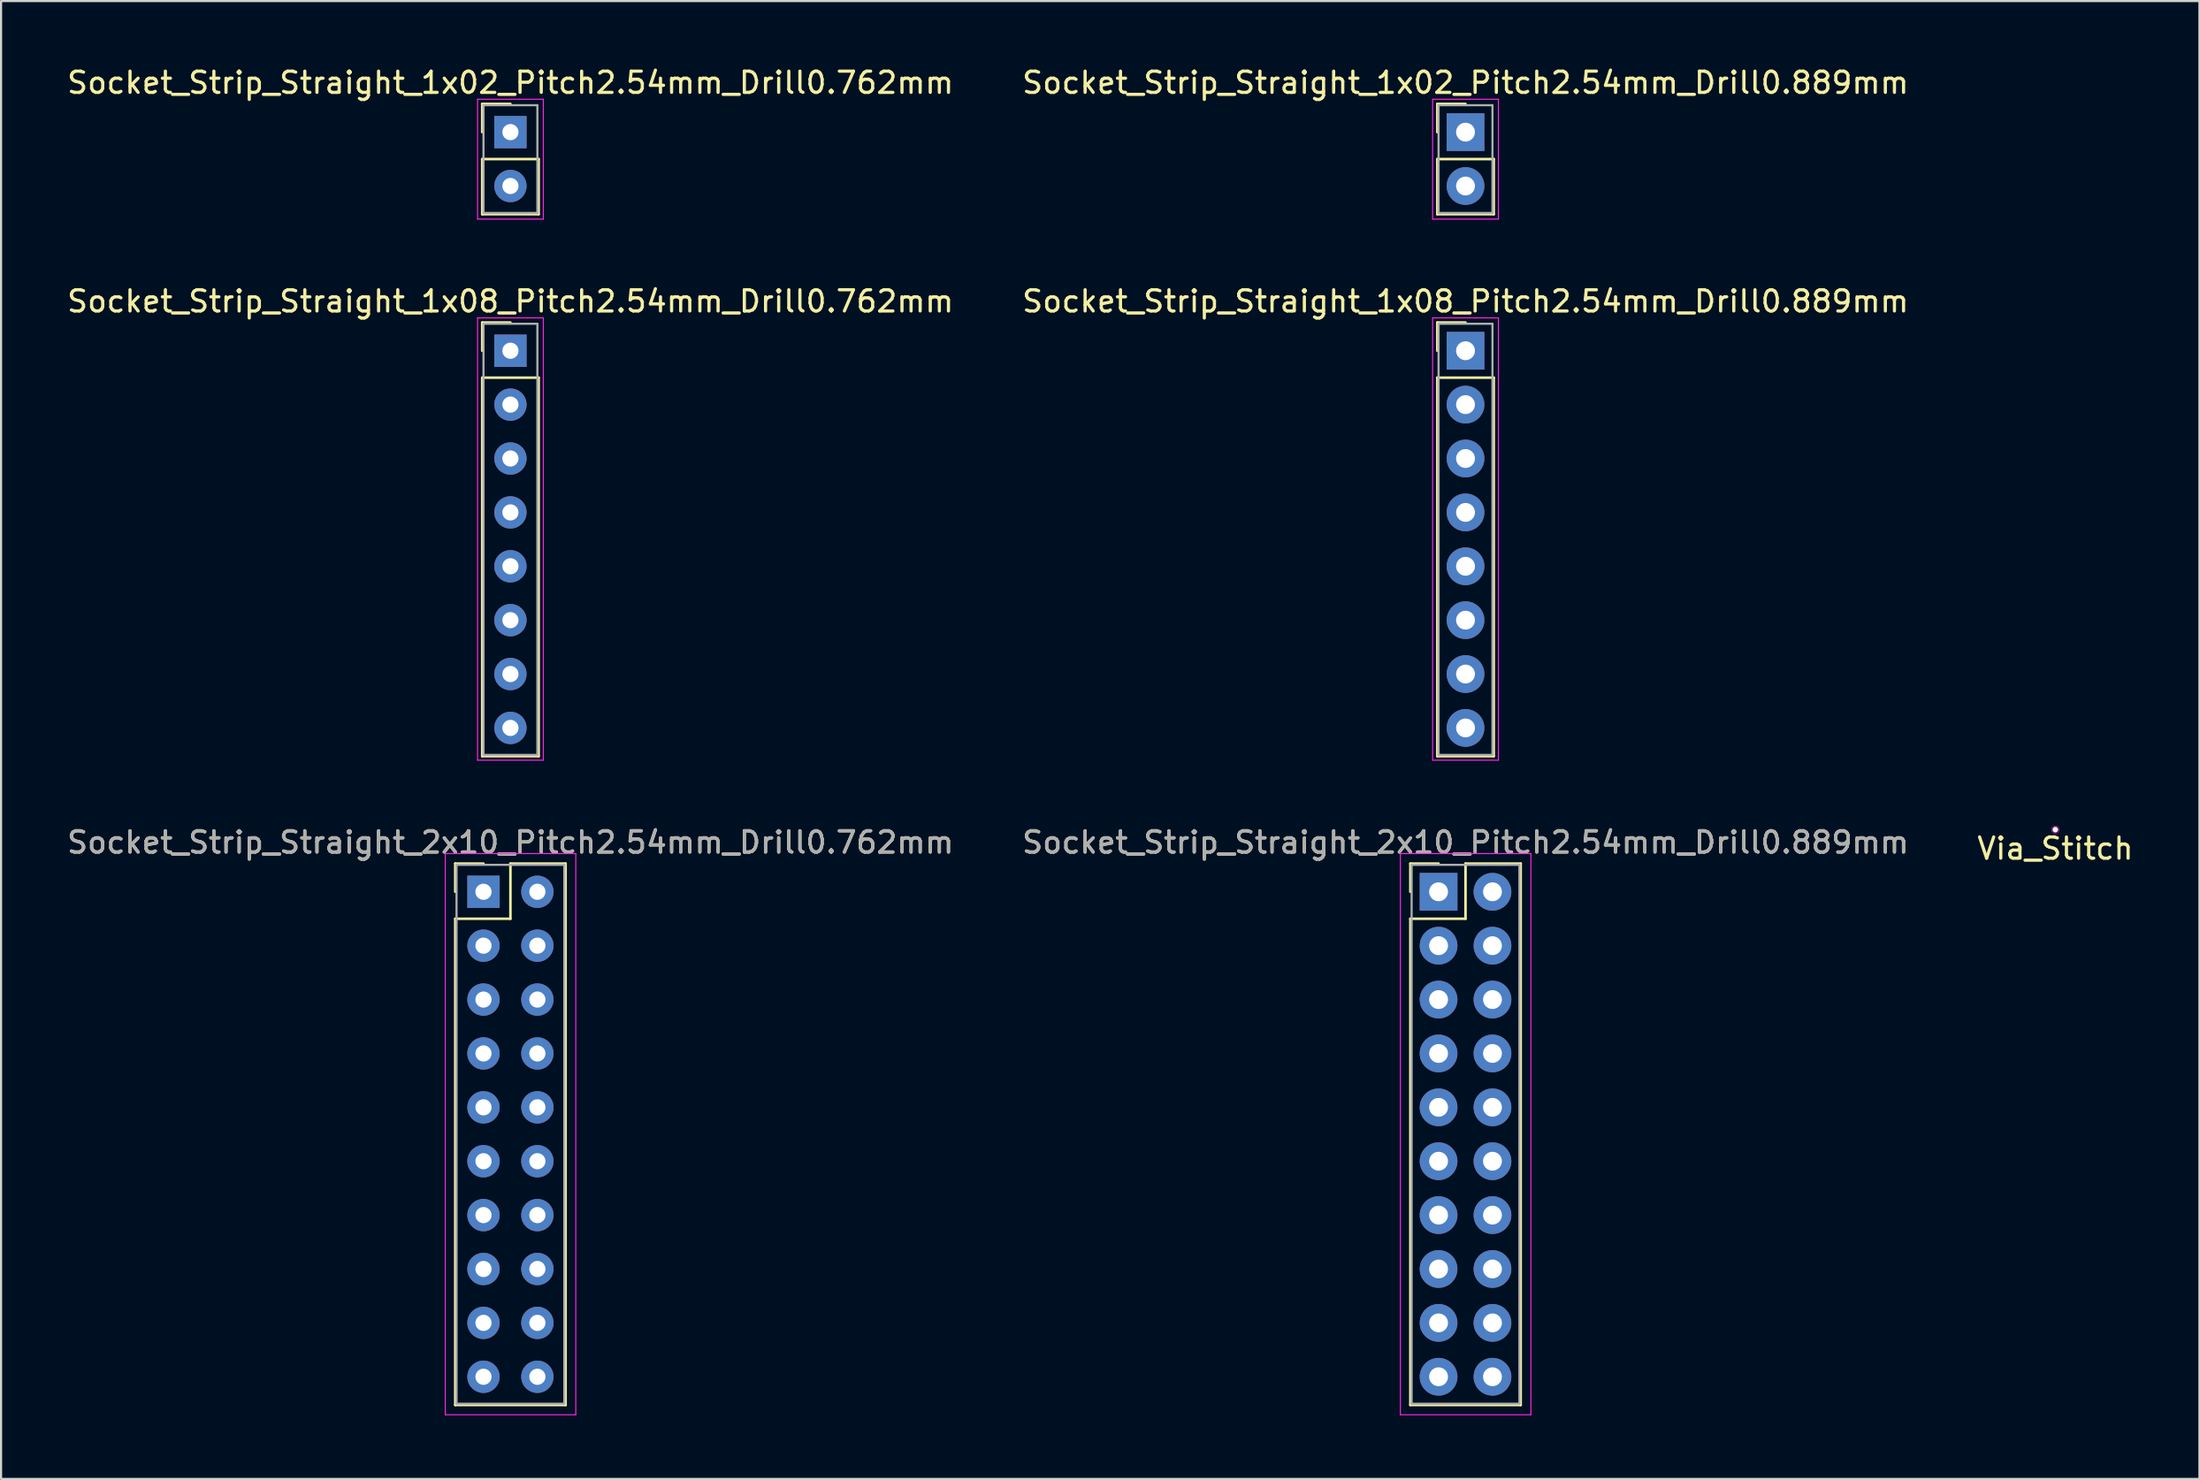
<source format=kicad_pcb>
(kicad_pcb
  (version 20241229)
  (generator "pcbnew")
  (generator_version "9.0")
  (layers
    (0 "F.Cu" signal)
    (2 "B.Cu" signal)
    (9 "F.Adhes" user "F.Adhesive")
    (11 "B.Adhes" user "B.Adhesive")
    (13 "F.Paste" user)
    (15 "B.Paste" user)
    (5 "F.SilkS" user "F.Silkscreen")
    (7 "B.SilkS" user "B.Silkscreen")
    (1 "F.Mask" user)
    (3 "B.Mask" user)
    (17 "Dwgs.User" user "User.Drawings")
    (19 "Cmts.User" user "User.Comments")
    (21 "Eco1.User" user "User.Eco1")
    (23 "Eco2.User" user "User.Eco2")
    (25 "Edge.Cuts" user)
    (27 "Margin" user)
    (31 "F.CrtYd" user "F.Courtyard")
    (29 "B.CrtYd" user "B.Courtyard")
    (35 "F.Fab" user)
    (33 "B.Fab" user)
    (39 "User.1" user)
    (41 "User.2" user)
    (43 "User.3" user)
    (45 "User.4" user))
  (footprint "Via_Stitch"
    (layer "F.Cu")
    (at 93.815 36.056)
    (property "Reference" "Via_Stitch" (at 0 0.889 0) (layer "F.SilkS") (effects (font (size 1 1) (thickness 0.15))))
    (attr through_hole)
    (pad "1" thru_hole circle (at 0 0) (size 0.356 0.356) (drill 0.254) (layers "*.Cu" "F.Adhes")))
  (footprint "Socket_Strip_Straight_1x08_Pitch2.54mm_Drill0.889mm"
    (layer "F.Cu")
    (at 66.018 13.482)
    (property "Reference" "Socket_Strip_Straight_1x08_Pitch2.54mm_Drill0.889mm" (at 0 -2.33 0) (layer "F.SilkS") (effects (font (size 1 1) (thickness 0.15))))
    (attr through_hole)
    (fp_line (start -1.33 -1.33) (end 0 -1.33) (stroke (width 0.12) (type solid)) (layer "F.SilkS"))
    (fp_line (start -1.33 0) (end -1.33 -1.33) (stroke (width 0.12) (type solid)) (layer "F.SilkS"))
    (fp_line (start -1.33 1.27) (end -1.33 19.11) (stroke (width 0.12) (type solid)) (layer "F.SilkS"))
    (fp_line (start -1.33 19.11) (end 1.33 19.11) (stroke (width 0.12) (type solid)) (layer "F.SilkS"))
    (fp_line (start 1.33 1.27) (end -1.33 1.27) (stroke (width 0.12) (type solid)) (layer "F.SilkS"))
    (fp_line (start 1.33 19.11) (end 1.33 1.27) (stroke (width 0.12) (type solid)) (layer "F.SilkS"))
    (fp_line (start -1.55 -1.55) (end -1.55 19.3) (stroke (width 0.05) (type solid)) (layer "F.CrtYd"))
    (fp_line (start -1.55 19.3) (end 1.55 19.3) (stroke (width 0.05) (type solid)) (layer "F.CrtYd"))
    (fp_line (start 1.55 -1.55) (end -1.55 -1.55) (stroke (width 0.05) (type solid)) (layer "F.CrtYd"))
    (fp_line (start 1.55 19.3) (end 1.55 -1.55) (stroke (width 0.05) (type solid)) (layer "F.CrtYd"))
    (fp_line (start -1.27 -1.27) (end -1.27 19.05) (stroke (width 0.1) (type solid)) (layer "F.Fab"))
    (fp_line (start -1.27 19.05) (end 1.27 19.05) (stroke (width 0.1) (type solid)) (layer "F.Fab"))
    (fp_line (start 1.27 -1.27) (end -1.27 -1.27) (stroke (width 0.1) (type solid)) (layer "F.Fab"))
    (fp_line (start 1.27 19.05) (end 1.27 -1.27) (stroke (width 0.1) (type solid)) (layer "F.Fab"))
    (pad "1" thru_hole rect (at 0 0) (size 1.778 1.778) (drill 0.889) (layers "*.Cu" "*.Mask"))
    (pad "2" thru_hole circle (at 0 2.54) (size 1.778 1.778) (drill 0.889) (layers "*.Cu" "*.Mask"))
    (pad "3" thru_hole circle (at 0 5.08) (size 1.778 1.778) (drill 0.889) (layers "*.Cu" "*.Mask"))
    (pad "4" thru_hole circle (at 0 7.62) (size 1.778 1.778) (drill 0.889) (layers "*.Cu" "*.Mask"))
    (pad "5" thru_hole circle (at 0 10.16) (size 1.778 1.778) (drill 0.889) (layers "*.Cu" "*.Mask"))
    (pad "6" thru_hole circle (at 0 12.7) (size 1.778 1.778) (drill 0.889) (layers "*.Cu" "*.Mask"))
    (pad "7" thru_hole circle (at 0 15.24) (size 1.778 1.778) (drill 0.889) (layers "*.Cu" "*.Mask"))
    (pad "8" thru_hole circle (at 0 17.78) (size 1.778 1.778) (drill 0.889) (layers "*.Cu" "*.Mask")))
  (footprint "Socket_Strip_Straight_1x02_Pitch2.54mm_Drill0.762mm"
    (layer "F.Cu")
    (at 21.006 3.178)
    (property "Reference" "Socket_Strip_Straight_1x02_Pitch2.54mm_Drill0.762mm" (at 0 -2.33 0) (layer "F.SilkS") (effects (font (size 1 1) (thickness 0.15))))
    (attr through_hole)
    (fp_line (start -1.33 -1.33) (end 0 -1.33) (stroke (width 0.12) (type solid)) (layer "F.SilkS"))
    (fp_line (start -1.33 0) (end -1.33 -1.33) (stroke (width 0.12) (type solid)) (layer "F.SilkS"))
    (fp_line (start -1.33 1.27) (end -1.33 3.87) (stroke (width 0.12) (type solid)) (layer "F.SilkS"))
    (fp_line (start -1.33 3.87) (end 1.33 3.87) (stroke (width 0.12) (type solid)) (layer "F.SilkS"))
    (fp_line (start 1.33 1.27) (end -1.33 1.27) (stroke (width 0.12) (type solid)) (layer "F.SilkS"))
    (fp_line (start 1.33 3.87) (end 1.33 1.27) (stroke (width 0.12) (type solid)) (layer "F.SilkS"))
    (fp_line (start -1.55 -1.55) (end -1.55 4.1) (stroke (width 0.05) (type solid)) (layer "F.CrtYd"))
    (fp_line (start -1.55 4.1) (end 1.55 4.1) (stroke (width 0.05) (type solid)) (layer "F.CrtYd"))
    (fp_line (start 1.55 -1.55) (end -1.55 -1.55) (stroke (width 0.05) (type solid)) (layer "F.CrtYd"))
    (fp_line (start 1.55 4.1) (end 1.55 -1.55) (stroke (width 0.05) (type solid)) (layer "F.CrtYd"))
    (fp_line (start -1.27 -1.27) (end -1.27 3.81) (stroke (width 0.1) (type solid)) (layer "F.Fab"))
    (fp_line (start -1.27 3.81) (end 1.27 3.81) (stroke (width 0.1) (type solid)) (layer "F.Fab"))
    (fp_line (start 1.27 -1.27) (end -1.27 -1.27) (stroke (width 0.1) (type solid)) (layer "F.Fab"))
    (fp_line (start 1.27 3.81) (end 1.27 -1.27) (stroke (width 0.1) (type solid)) (layer "F.Fab"))
    (pad "1" thru_hole rect (at 0 0) (size 1.524 1.524) (drill 0.762) (layers "*.Cu" "*.Mask"))
    (pad "2" thru_hole circle (at 0 2.54) (size 1.524 1.524) (drill 0.762) (layers "*.Cu" "*.Mask")))
  (footprint "Socket_Strip_Straight_1x02_Pitch2.54mm_Drill0.889mm"
    (layer "F.Cu")
    (at 66.018 3.178)
    (property "Reference" "Socket_Strip_Straight_1x02_Pitch2.54mm_Drill0.889mm" (at 0 -2.33 0) (layer "F.SilkS") (effects (font (size 1 1) (thickness 0.15))))
    (attr through_hole)
    (fp_line (start -1.33 -1.33) (end 0 -1.33) (stroke (width 0.12) (type solid)) (layer "F.SilkS"))
    (fp_line (start -1.33 0) (end -1.33 -1.33) (stroke (width 0.12) (type solid)) (layer "F.SilkS"))
    (fp_line (start -1.33 1.27) (end -1.33 3.87) (stroke (width 0.12) (type solid)) (layer "F.SilkS"))
    (fp_line (start -1.33 3.87) (end 1.33 3.87) (stroke (width 0.12) (type solid)) (layer "F.SilkS"))
    (fp_line (start 1.33 1.27) (end -1.33 1.27) (stroke (width 0.12) (type solid)) (layer "F.SilkS"))
    (fp_line (start 1.33 3.87) (end 1.33 1.27) (stroke (width 0.12) (type solid)) (layer "F.SilkS"))
    (fp_line (start -1.55 -1.55) (end -1.55 4.1) (stroke (width 0.05) (type solid)) (layer "F.CrtYd"))
    (fp_line (start -1.55 4.1) (end 1.55 4.1) (stroke (width 0.05) (type solid)) (layer "F.CrtYd"))
    (fp_line (start 1.55 -1.55) (end -1.55 -1.55) (stroke (width 0.05) (type solid)) (layer "F.CrtYd"))
    (fp_line (start 1.55 4.1) (end 1.55 -1.55) (stroke (width 0.05) (type solid)) (layer "F.CrtYd"))
    (fp_line (start -1.27 -1.27) (end -1.27 3.81) (stroke (width 0.1) (type solid)) (layer "F.Fab"))
    (fp_line (start -1.27 3.81) (end 1.27 3.81) (stroke (width 0.1) (type solid)) (layer "F.Fab"))
    (fp_line (start 1.27 -1.27) (end -1.27 -1.27) (stroke (width 0.1) (type solid)) (layer "F.Fab"))
    (fp_line (start 1.27 3.81) (end 1.27 -1.27) (stroke (width 0.1) (type solid)) (layer "F.Fab"))
    (pad "1" thru_hole rect (at 0 0) (size 1.778 1.778) (drill 0.889) (layers "*.Cu" "*.Mask"))
    (pad "2" thru_hole circle (at 0 2.54) (size 1.778 1.778) (drill 0.889) (layers "*.Cu" "*.Mask")))
  (footprint "Socket_Strip_Straight_2x10_Pitch2.54mm_Drill0.762mm"
    (layer "F.Cu")
    (at 19.736 38.985)
    (property "Reference" "Socket_Strip_Straight_2x10_Pitch2.54mm_Drill0.762mm" (at 1.27 -2.33 0) (layer "F.SilkS") (effects (font (size 1 1) (thickness 0.15))))
    (attr through_hole)
    (fp_line (start -1.33 -1.33) (end 0 -1.33) (stroke (width 0.12) (type solid)) (layer "F.SilkS"))
    (fp_line (start -1.33 0) (end -1.33 -1.33) (stroke (width 0.12) (type solid)) (layer "F.SilkS"))
    (fp_line (start -1.33 1.27) (end -1.33 24.19) (stroke (width 0.12) (type solid)) (layer "F.SilkS"))
    (fp_line (start -1.33 24.19) (end 3.87 24.19) (stroke (width 0.12) (type solid)) (layer "F.SilkS"))
    (fp_line (start 1.27 -1.33) (end 1.27 1.27) (stroke (width 0.12) (type solid)) (layer "F.SilkS"))
    (fp_line (start 1.27 1.27) (end -1.33 1.27) (stroke (width 0.12) (type solid)) (layer "F.SilkS"))
    (fp_line (start 3.87 -1.33) (end 1.27 -1.33) (stroke (width 0.12) (type solid)) (layer "F.SilkS"))
    (fp_line (start 3.87 24.19) (end 3.87 -1.33) (stroke (width 0.12) (type solid)) (layer "F.SilkS"))
    (fp_line (start -1.8 -1.8) (end -1.8 24.65) (stroke (width 0.05) (type solid)) (layer "F.CrtYd"))
    (fp_line (start -1.8 24.65) (end 4.35 24.65) (stroke (width 0.05) (type solid)) (layer "F.CrtYd"))
    (fp_line (start 4.35 -1.8) (end -1.8 -1.8) (stroke (width 0.05) (type solid)) (layer "F.CrtYd"))
    (fp_line (start 4.35 24.65) (end 4.35 -1.8) (stroke (width 0.05) (type solid)) (layer "F.CrtYd"))
    (fp_line (start -1.27 -1.27) (end -1.27 24.13) (stroke (width 0.1) (type solid)) (layer "F.Fab"))
    (fp_line (start -1.27 24.13) (end 3.81 24.13) (stroke (width 0.1) (type solid)) (layer "F.Fab"))
    (fp_line (start 3.81 -1.27) (end -1.27 -1.27) (stroke (width 0.1) (type solid)) (layer "F.Fab"))
    (fp_line (start 3.81 24.13) (end 3.81 -1.27) (stroke (width 0.1) (type solid)) (layer "F.Fab"))
    (fp_text user "${REFERENCE}" (at 1.27 -2.33 0) (layer "F.Fab") (effects (font (size 1 1) (thickness 0.15))))
    (pad "1" thru_hole rect (at 0 0) (size 1.524 1.524) (drill 0.762) (layers "*.Cu" "*.Mask"))
    (pad "2" thru_hole circle (at 2.54 0) (size 1.524 1.524) (drill 0.762) (layers "*.Cu" "*.Mask"))
    (pad "3" thru_hole circle (at 0 2.54) (size 1.524 1.524) (drill 0.762) (layers "*.Cu" "*.Mask"))
    (pad "4" thru_hole circle (at 2.54 2.54) (size 1.524 1.524) (drill 0.762) (layers "*.Cu" "*.Mask"))
    (pad "5" thru_hole circle (at 0 5.08) (size 1.524 1.524) (drill 0.762) (layers "*.Cu" "*.Mask"))
    (pad "6" thru_hole circle (at 2.54 5.08) (size 1.524 1.524) (drill 0.762) (layers "*.Cu" "*.Mask"))
    (pad "7" thru_hole circle (at 0 7.62) (size 1.524 1.524) (drill 0.762) (layers "*.Cu" "*.Mask"))
    (pad "8" thru_hole circle (at 2.54 7.62) (size 1.524 1.524) (drill 0.762) (layers "*.Cu" "*.Mask"))
    (pad "9" thru_hole circle (at 0 10.16) (size 1.524 1.524) (drill 0.762) (layers "*.Cu" "*.Mask"))
    (pad "10" thru_hole circle (at 2.54 10.16) (size 1.524 1.524) (drill 0.762) (layers "*.Cu" "*.Mask"))
    (pad "11" thru_hole circle (at 0 12.7) (size 1.524 1.524) (drill 0.762) (layers "*.Cu" "*.Mask"))
    (pad "12" thru_hole circle (at 2.54 12.7) (size 1.524 1.524) (drill 0.762) (layers "*.Cu" "*.Mask"))
    (pad "13" thru_hole circle (at 0 15.24) (size 1.524 1.524) (drill 0.762) (layers "*.Cu" "*.Mask"))
    (pad "14" thru_hole circle (at 2.54 15.24) (size 1.524 1.524) (drill 0.762) (layers "*.Cu" "*.Mask"))
    (pad "15" thru_hole circle (at 0 17.78) (size 1.524 1.524) (drill 0.762) (layers "*.Cu" "*.Mask"))
    (pad "16" thru_hole circle (at 2.54 17.78) (size 1.524 1.524) (drill 0.762) (layers "*.Cu" "*.Mask"))
    (pad "17" thru_hole circle (at 0 20.32) (size 1.524 1.524) (drill 0.762) (layers "*.Cu" "*.Mask"))
    (pad "18" thru_hole circle (at 2.54 20.32) (size 1.524 1.524) (drill 0.762) (layers "*.Cu" "*.Mask"))
    (pad "19" thru_hole circle (at 0 22.86) (size 1.524 1.524) (drill 0.762) (layers "*.Cu" "*.Mask"))
    (pad "20" thru_hole circle (at 2.54 22.86) (size 1.524 1.524) (drill 0.762) (layers "*.Cu" "*.Mask")))
  (footprint "Socket_Strip_Straight_1x08_Pitch2.54mm_Drill0.762mm"
    (layer "F.Cu")
    (at 21.006 13.482)
    (property "Reference" "Socket_Strip_Straight_1x08_Pitch2.54mm_Drill0.762mm" (at 0 -2.33 0) (layer "F.SilkS") (effects (font (size 1 1) (thickness 0.15))))
    (attr through_hole)
    (fp_line (start -1.33 -1.33) (end 0 -1.33) (stroke (width 0.12) (type solid)) (layer "F.SilkS"))
    (fp_line (start -1.33 0) (end -1.33 -1.33) (stroke (width 0.12) (type solid)) (layer "F.SilkS"))
    (fp_line (start -1.33 1.27) (end -1.33 19.11) (stroke (width 0.12) (type solid)) (layer "F.SilkS"))
    (fp_line (start -1.33 19.11) (end 1.33 19.11) (stroke (width 0.12) (type solid)) (layer "F.SilkS"))
    (fp_line (start 1.33 1.27) (end -1.33 1.27) (stroke (width 0.12) (type solid)) (layer "F.SilkS"))
    (fp_line (start 1.33 19.11) (end 1.33 1.27) (stroke (width 0.12) (type solid)) (layer "F.SilkS"))
    (fp_line (start -1.55 -1.55) (end -1.55 19.3) (stroke (width 0.05) (type solid)) (layer "F.CrtYd"))
    (fp_line (start -1.55 19.3) (end 1.55 19.3) (stroke (width 0.05) (type solid)) (layer "F.CrtYd"))
    (fp_line (start 1.55 -1.55) (end -1.55 -1.55) (stroke (width 0.05) (type solid)) (layer "F.CrtYd"))
    (fp_line (start 1.55 19.3) (end 1.55 -1.55) (stroke (width 0.05) (type solid)) (layer "F.CrtYd"))
    (fp_line (start -1.27 -1.27) (end -1.27 19.05) (stroke (width 0.1) (type solid)) (layer "F.Fab"))
    (fp_line (start -1.27 19.05) (end 1.27 19.05) (stroke (width 0.1) (type solid)) (layer "F.Fab"))
    (fp_line (start 1.27 -1.27) (end -1.27 -1.27) (stroke (width 0.1) (type solid)) (layer "F.Fab"))
    (fp_line (start 1.27 19.05) (end 1.27 -1.27) (stroke (width 0.1) (type solid)) (layer "F.Fab"))
    (pad "1" thru_hole rect (at 0 0) (size 1.524 1.524) (drill 0.762) (layers "*.Cu" "*.Mask"))
    (pad "2" thru_hole circle (at 0 2.54) (size 1.524 1.524) (drill 0.762) (layers "*.Cu" "*.Mask"))
    (pad "3" thru_hole circle (at 0 5.08) (size 1.524 1.524) (drill 0.762) (layers "*.Cu" "*.Mask"))
    (pad "4" thru_hole circle (at 0 7.62) (size 1.524 1.524) (drill 0.762) (layers "*.Cu" "*.Mask"))
    (pad "5" thru_hole circle (at 0 10.16) (size 1.524 1.524) (drill 0.762) (layers "*.Cu" "*.Mask"))
    (pad "6" thru_hole circle (at 0 12.7) (size 1.524 1.524) (drill 0.762) (layers "*.Cu" "*.Mask"))
    (pad "7" thru_hole circle (at 0 15.24) (size 1.524 1.524) (drill 0.762) (layers "*.Cu" "*.Mask"))
    (pad "8" thru_hole circle (at 0 17.78) (size 1.524 1.524) (drill 0.762) (layers "*.Cu" "*.Mask")))
  (footprint "Socket_Strip_Straight_2x10_Pitch2.54mm_Drill0.889mm"
    (layer "F.Cu")
    (at 64.748 38.985)
    (property "Reference" "Socket_Strip_Straight_2x10_Pitch2.54mm_Drill0.889mm" (at 1.27 -2.33 0) (layer "F.SilkS") (effects (font (size 1 1) (thickness 0.15))))
    (attr through_hole)
    (fp_line (start -1.33 -1.33) (end 0 -1.33) (stroke (width 0.12) (type solid)) (layer "F.SilkS"))
    (fp_line (start -1.33 0) (end -1.33 -1.33) (stroke (width 0.12) (type solid)) (layer "F.SilkS"))
    (fp_line (start -1.33 1.27) (end -1.33 24.19) (stroke (width 0.12) (type solid)) (layer "F.SilkS"))
    (fp_line (start -1.33 24.19) (end 3.87 24.19) (stroke (width 0.12) (type solid)) (layer "F.SilkS"))
    (fp_line (start 1.27 -1.33) (end 1.27 1.27) (stroke (width 0.12) (type solid)) (layer "F.SilkS"))
    (fp_line (start 1.27 1.27) (end -1.33 1.27) (stroke (width 0.12) (type solid)) (layer "F.SilkS"))
    (fp_line (start 3.87 -1.33) (end 1.27 -1.33) (stroke (width 0.12) (type solid)) (layer "F.SilkS"))
    (fp_line (start 3.87 24.19) (end 3.87 -1.33) (stroke (width 0.12) (type solid)) (layer "F.SilkS"))
    (fp_line (start -1.8 -1.8) (end -1.8 24.65) (stroke (width 0.05) (type solid)) (layer "F.CrtYd"))
    (fp_line (start -1.8 24.65) (end 4.35 24.65) (stroke (width 0.05) (type solid)) (layer "F.CrtYd"))
    (fp_line (start 4.35 -1.8) (end -1.8 -1.8) (stroke (width 0.05) (type solid)) (layer "F.CrtYd"))
    (fp_line (start 4.35 24.65) (end 4.35 -1.8) (stroke (width 0.05) (type solid)) (layer "F.CrtYd"))
    (fp_line (start -1.27 -1.27) (end -1.27 24.13) (stroke (width 0.1) (type solid)) (layer "F.Fab"))
    (fp_line (start -1.27 24.13) (end 3.81 24.13) (stroke (width 0.1) (type solid)) (layer "F.Fab"))
    (fp_line (start 3.81 -1.27) (end -1.27 -1.27) (stroke (width 0.1) (type solid)) (layer "F.Fab"))
    (fp_line (start 3.81 24.13) (end 3.81 -1.27) (stroke (width 0.1) (type solid)) (layer "F.Fab"))
    (fp_text user "${REFERENCE}" (at 1.27 -2.33 0) (layer "F.Fab") (effects (font (size 1 1) (thickness 0.15))))
    (pad "1" thru_hole rect (at 0 0) (size 1.778 1.778) (drill 0.889) (layers "*.Cu" "*.Mask"))
    (pad "2" thru_hole circle (at 2.54 0) (size 1.778 1.778) (drill 0.889) (layers "*.Cu" "*.Mask"))
    (pad "3" thru_hole circle (at 0 2.54) (size 1.778 1.778) (drill 0.889) (layers "*.Cu" "*.Mask"))
    (pad "4" thru_hole circle (at 2.54 2.54) (size 1.778 1.778) (drill 0.889) (layers "*.Cu" "*.Mask"))
    (pad "5" thru_hole circle (at 0 5.08) (size 1.778 1.778) (drill 0.889) (layers "*.Cu" "*.Mask"))
    (pad "6" thru_hole circle (at 2.54 5.08) (size 1.778 1.778) (drill 0.889) (layers "*.Cu" "*.Mask"))
    (pad "7" thru_hole circle (at 0 7.62) (size 1.778 1.778) (drill 0.889) (layers "*.Cu" "*.Mask"))
    (pad "8" thru_hole circle (at 2.54 7.62) (size 1.778 1.778) (drill 0.889) (layers "*.Cu" "*.Mask"))
    (pad "9" thru_hole circle (at 0 10.16) (size 1.778 1.778) (drill 0.889) (layers "*.Cu" "*.Mask"))
    (pad "10" thru_hole circle (at 2.54 10.16) (size 1.778 1.778) (drill 0.889) (layers "*.Cu" "*.Mask"))
    (pad "11" thru_hole circle (at 0 12.7) (size 1.778 1.778) (drill 0.889) (layers "*.Cu" "*.Mask"))
    (pad "12" thru_hole circle (at 2.54 12.7) (size 1.778 1.778) (drill 0.889) (layers "*.Cu" "*.Mask"))
    (pad "13" thru_hole circle (at 0 15.24) (size 1.778 1.778) (drill 0.889) (layers "*.Cu" "*.Mask"))
    (pad "14" thru_hole circle (at 2.54 15.24) (size 1.778 1.778) (drill 0.889) (layers "*.Cu" "*.Mask"))
    (pad "15" thru_hole circle (at 0 17.78) (size 1.778 1.778) (drill 0.889) (layers "*.Cu" "*.Mask"))
    (pad "16" thru_hole circle (at 2.54 17.78) (size 1.778 1.778) (drill 0.889) (layers "*.Cu" "*.Mask"))
    (pad "17" thru_hole circle (at 0 20.32) (size 1.778 1.778) (drill 0.889) (layers "*.Cu" "*.Mask"))
    (pad "18" thru_hole circle (at 2.54 20.32) (size 1.778 1.778) (drill 0.889) (layers "*.Cu" "*.Mask"))
    (pad "19" thru_hole circle (at 0 22.86) (size 1.778 1.778) (drill 0.889) (layers "*.Cu" "*.Mask"))
    (pad "20" thru_hole circle (at 2.54 22.86) (size 1.778 1.778) (drill 0.889) (layers "*.Cu" "*.Mask")))
  (gr_rect
    (start -3 -3)
    (end 100.607 66.66)
    (stroke (width 0.1) (type default))
    (fill no)
    (layer "Edge.Cuts")))
</source>
